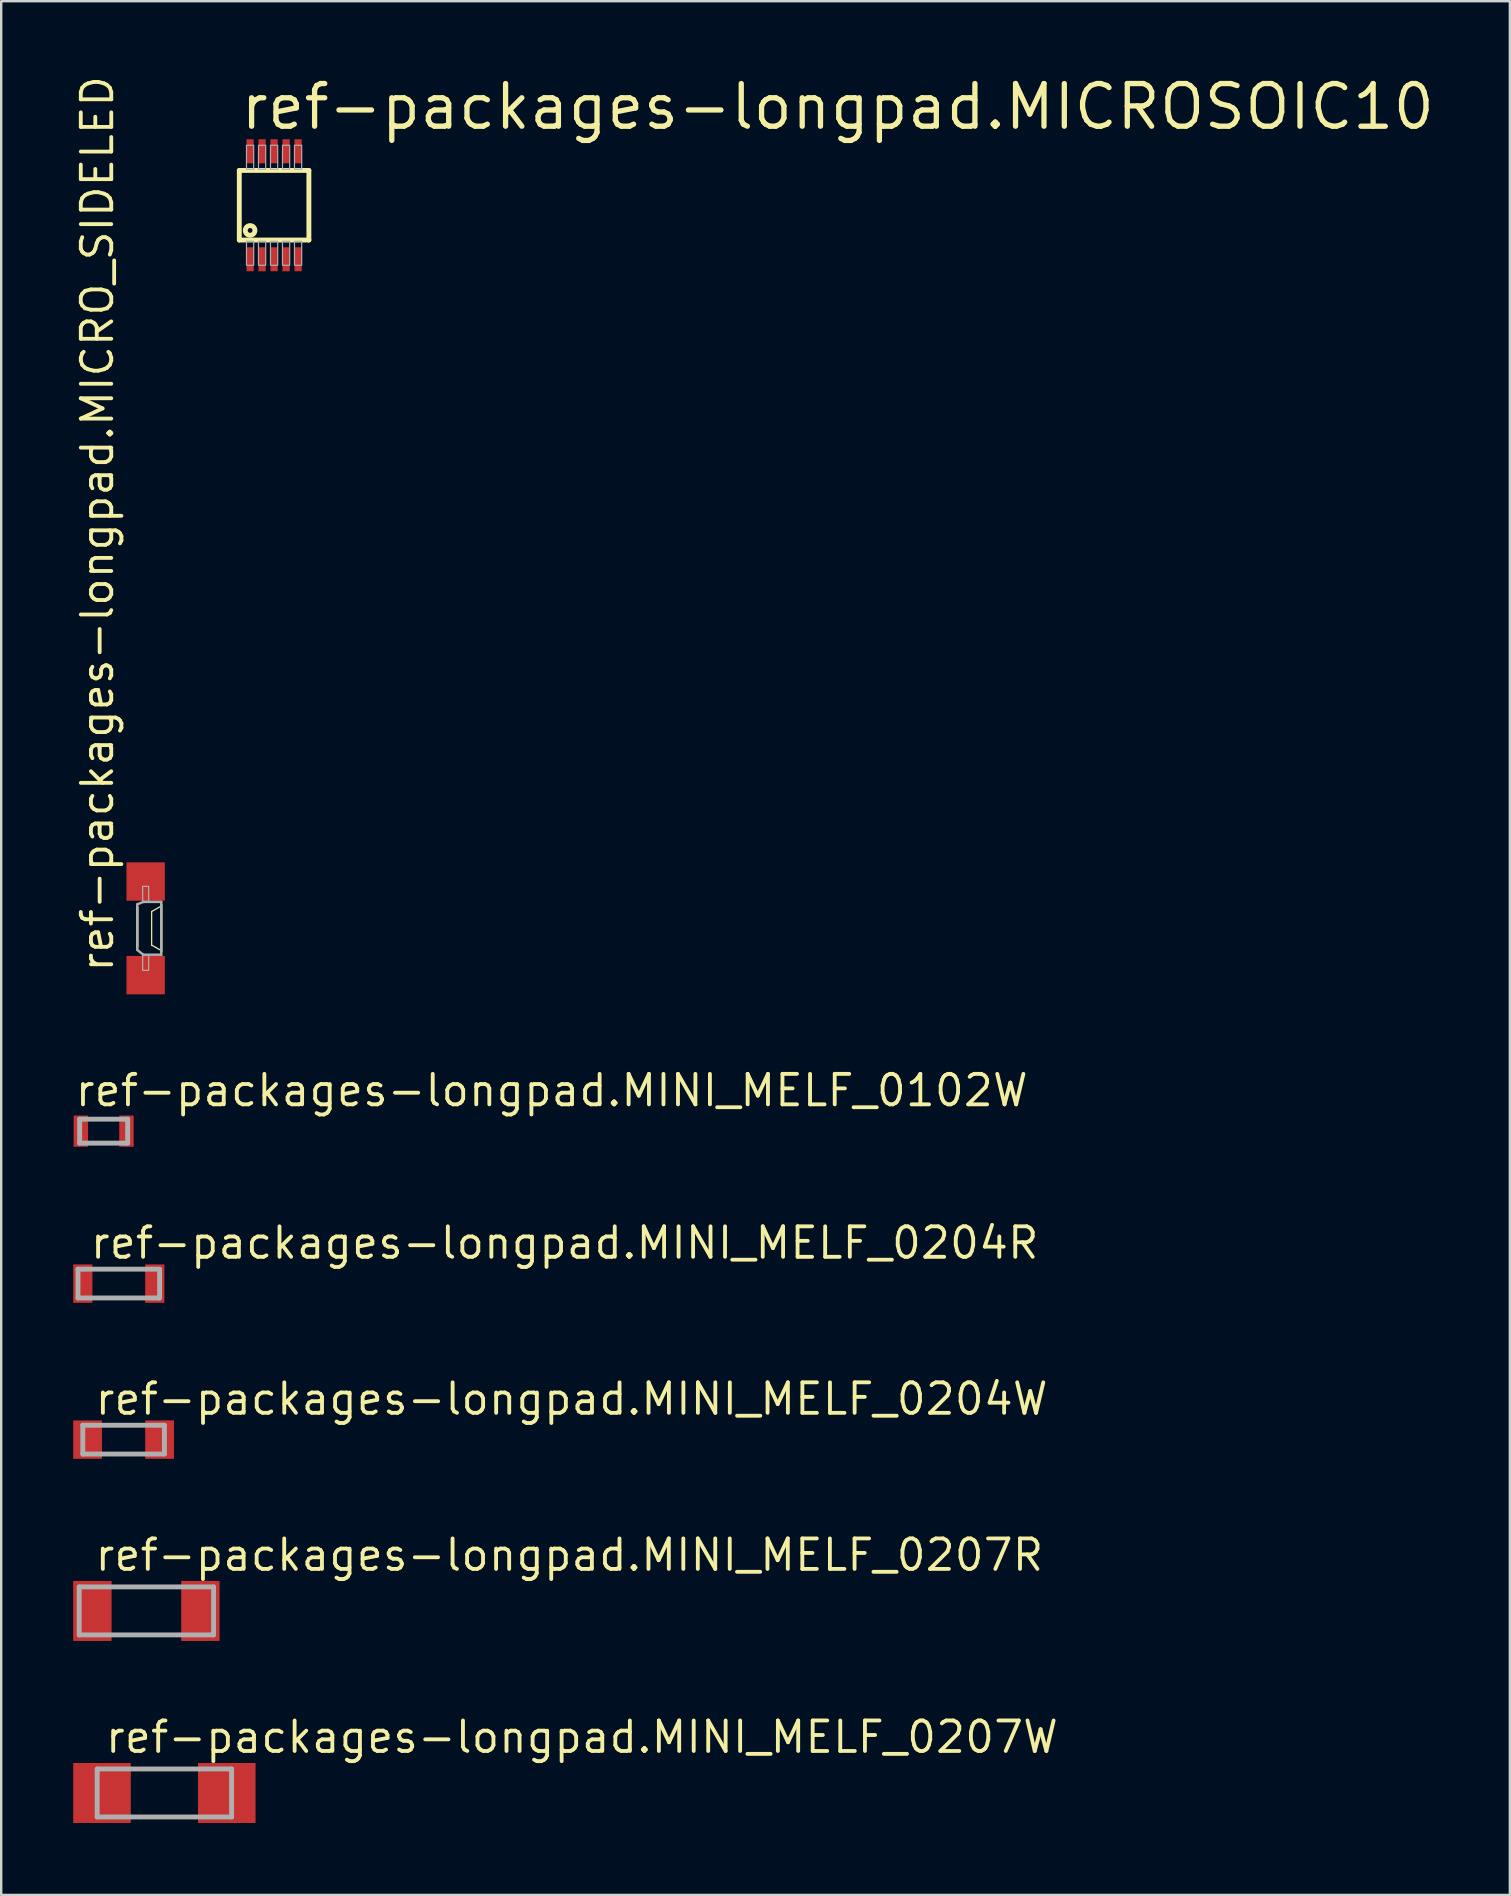
<source format=kicad_pcb>
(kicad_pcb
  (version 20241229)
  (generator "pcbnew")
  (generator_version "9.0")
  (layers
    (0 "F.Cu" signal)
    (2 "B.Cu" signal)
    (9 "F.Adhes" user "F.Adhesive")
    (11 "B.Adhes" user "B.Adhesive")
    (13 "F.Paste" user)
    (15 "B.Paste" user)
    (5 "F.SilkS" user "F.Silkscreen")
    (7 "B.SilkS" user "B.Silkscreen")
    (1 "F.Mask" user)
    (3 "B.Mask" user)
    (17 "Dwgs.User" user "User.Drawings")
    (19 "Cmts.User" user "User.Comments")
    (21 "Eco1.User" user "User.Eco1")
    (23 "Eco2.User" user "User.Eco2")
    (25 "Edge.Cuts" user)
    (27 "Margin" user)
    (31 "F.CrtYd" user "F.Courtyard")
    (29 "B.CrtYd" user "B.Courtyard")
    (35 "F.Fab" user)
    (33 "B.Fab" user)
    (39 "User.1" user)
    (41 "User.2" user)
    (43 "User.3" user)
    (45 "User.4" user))
  (footprint "ref-packages-longpad.MICRO_SIDELED"
    (layer "F.Cu")
    (at 3.02 35.635)
    (property "Reference" "ref-packages-longpad.MICRO_SIDELED" (at -1.27 1.905 90) (layer "F.SilkS") (effects (font (size 1.27 1.27) (thickness 0.16)) (justify left bottom)))
    (attr smd)
    (fp_rect (start -0.4 -1.1) (end 0.4 -1.8) (stroke (width 0.05) (type default)) (fill yes) (layer "F.Mask"))
    (fp_rect (start -0.4 1.8) (end 0.4 1.1) (stroke (width 0.05) (type default)) (fill yes) (layer "F.Mask"))
    (fp_line (start -0.35 -0.873) (end -0.35 0.773) (stroke (width 0.102) (type default)) (layer "F.SilkS"))
    (fp_line (start 0.25 -0.7) (end 0.25 0.7) (stroke (width 0.051) (type default)) (layer "F.SilkS"))
    (fp_line (start 0.25 0.7) (end 0.6 0.9) (stroke (width 0.051) (type default)) (layer "F.SilkS"))
    (fp_line (start 0.6 -0.9) (end 0.25 -0.7) (stroke (width 0.051) (type default)) (layer "F.SilkS"))
    (fp_line (start 0.65 0.973) (end 0.65 -0.973) (stroke (width 0.102) (type default)) (layer "F.SilkS"))
    (fp_rect (start -0.35 -1.15) (end 0.35 -1.75) (stroke (width 0.05) (type default)) (fill yes) (layer "F.Paste"))
    (fp_rect (start -0.35 1.75) (end 0.35 1.15) (stroke (width 0.05) (type default)) (fill yes) (layer "F.Paste"))
    (fp_line (start -0.35 -1) (end -0.35 0.9) (stroke (width 0.102) (type default)) (layer "F.Fab"))
    (fp_line (start -0.35 0.9) (end -0.1 1.1) (stroke (width 0.102) (type default)) (layer "F.Fab"))
    (fp_line (start -0.1 -1.1) (end -0.35 -1) (stroke (width 0.102) (type default)) (layer "F.Fab"))
    (fp_line (start -0.1 1.1) (end 0.65 1.1) (stroke (width 0.102) (type default)) (layer "F.Fab"))
    (fp_line (start 0.65 -1.1) (end -0.1 -1.1) (stroke (width 0.102) (type default)) (layer "F.Fab"))
    (fp_line (start 0.65 1.1) (end 0.65 -1.1) (stroke (width 0.102) (type default)) (layer "F.Fab"))
    (fp_rect (start -0.125 -1.125) (end 0.125 -1.75) (stroke (width 0.05) (type default)) (fill no) (layer "F.Fab"))
    (fp_rect (start -0.125 1.75) (end 0.125 1.125) (stroke (width 0.05) (type default)) (fill no) (layer "F.Fab"))
    (pad "A" smd roundrect (at 0 -1.95) (size 1.6 1.6) (layers "F.Cu" "F.Mask" "F.Paste") (roundrect_rratio 0.01))
    (pad "C" smd roundrect (at 0 1.95) (size 1.6 1.6) (layers "F.Cu" "F.Mask" "F.Paste") (roundrect_rratio 0.01)))
  (footprint "ref-packages-longpad.MINI_MELF_0102W"
    (layer "F.Cu")
    (at 1.27 44.087)
    (property "Reference" "ref-packages-longpad.MINI_MELF_0102W" (at -1.27 -0.953 0) (layer "F.SilkS") (effects (font (size 1.27 1.27) (thickness 0.16)) (justify left bottom)))
    (attr smd)
    (fp_line (start -1 -0.5) (end -1 0.5) (stroke (width 0.203) (type default)) (layer "F.Fab"))
    (fp_line (start -1 0.5) (end 1 0.5) (stroke (width 0.203) (type default)) (layer "F.Fab"))
    (fp_line (start 1 -0.5) (end -1 -0.5) (stroke (width 0.203) (type default)) (layer "F.Fab"))
    (fp_line (start 1 0.5) (end 1 -0.5) (stroke (width 0.203) (type default)) (layer "F.Fab"))
    (pad "1" smd roundrect (at -0.95 0) (size 0.6 1.3) (layers "F.Cu" "F.Mask" "F.Paste") (roundrect_rratio 0.01))
    (pad "2" smd roundrect (at 0.95 0) (size 0.6 1.3) (layers "F.Cu" "F.Mask" "F.Paste") (roundrect_rratio 0.01)))
  (footprint "ref-packages-longpad.MINI_MELF_0207R"
    (layer "F.Cu")
    (at 3.05 64.08)
    (property "Reference" "ref-packages-longpad.MINI_MELF_0207R" (at -2.223 -1.587 0) (layer "F.SilkS") (effects (font (size 1.27 1.27) (thickness 0.16)) (justify left bottom)))
    (attr smd)
    (fp_line (start -2.8 -1) (end -2.8 1) (stroke (width 0.203) (type default)) (layer "F.Fab"))
    (fp_line (start -2.8 1) (end 2.8 1) (stroke (width 0.203) (type default)) (layer "F.Fab"))
    (fp_line (start 2.8 -1) (end -2.8 -1) (stroke (width 0.203) (type default)) (layer "F.Fab"))
    (fp_line (start 2.8 1) (end 2.8 -1) (stroke (width 0.203) (type default)) (layer "F.Fab"))
    (pad "1" smd roundrect (at -2.25 0) (size 1.6 2.5) (layers "F.Cu" "F.Mask" "F.Paste") (roundrect_rratio 0.01))
    (pad "2" smd roundrect (at 2.25 0) (size 1.6 2.5) (layers "F.Cu" "F.Mask" "F.Paste") (roundrect_rratio 0.01)))
  (footprint "ref-packages-longpad.MINI_MELF_0204R"
    (layer "F.Cu")
    (at 1.9 50.44)
    (property "Reference" "ref-packages-longpad.MINI_MELF_0204R" (at -1.27 -0.953 0) (layer "F.SilkS") (effects (font (size 1.27 1.27) (thickness 0.16)) (justify left bottom)))
    (attr smd)
    (fp_line (start -1.7 -0.6) (end -1.7 0.6) (stroke (width 0.203) (type default)) (layer "F.Fab"))
    (fp_line (start -1.7 0.6) (end 1.7 0.6) (stroke (width 0.203) (type default)) (layer "F.Fab"))
    (fp_line (start 1.7 -0.6) (end -1.7 -0.6) (stroke (width 0.203) (type default)) (layer "F.Fab"))
    (fp_line (start 1.7 0.6) (end 1.7 -0.6) (stroke (width 0.203) (type default)) (layer "F.Fab"))
    (pad "1" smd roundrect (at -1.5 0) (size 0.8 1.6) (layers "F.Cu" "F.Mask" "F.Paste") (roundrect_rratio 0.01))
    (pad "2" smd roundrect (at 1.5 0) (size 0.8 1.6) (layers "F.Cu" "F.Mask" "F.Paste") (roundrect_rratio 0.01)))
  (footprint "ref-packages-longpad.MINI_MELF_0207W"
    (layer "F.Cu")
    (at 3.8 71.667)
    (property "Reference" "ref-packages-longpad.MINI_MELF_0207W" (at -2.54 -1.587 0) (layer "F.SilkS") (effects (font (size 1.27 1.27) (thickness 0.16)) (justify left bottom)))
    (attr smd)
    (fp_line (start -2.8 -1) (end -2.8 1) (stroke (width 0.203) (type default)) (layer "F.Fab"))
    (fp_line (start -2.8 1) (end 2.8 1) (stroke (width 0.203) (type default)) (layer "F.Fab"))
    (fp_line (start 2.8 -1) (end -2.8 -1) (stroke (width 0.203) (type default)) (layer "F.Fab"))
    (fp_line (start 2.8 1) (end 2.8 -1) (stroke (width 0.203) (type default)) (layer "F.Fab"))
    (pad "1" smd roundrect (at -2.6 0) (size 2.4 2.5) (layers "F.Cu" "F.Mask" "F.Paste") (roundrect_rratio 0.01))
    (pad "2" smd roundrect (at 2.6 0) (size 2.4 2.5) (layers "F.Cu" "F.Mask" "F.Paste") (roundrect_rratio 0.01)))
  (footprint "ref-packages-longpad.MICROSOIC10"
    (layer "F.Cu")
    (at 8.372 5.503)
    (property "Reference" "ref-packages-longpad.MICROSOIC10" (at -1.505 -3.065 0) (layer "F.SilkS") (effects (font (size 1.778 1.778) (thickness 0.22)) (justify left bottom)))
    (attr smd)
    (fp_line (start -1.45 -1.45) (end 1.45 -1.45) (stroke (width 0.203) (type default)) (layer "F.SilkS"))
    (fp_line (start -1.45 1.45) (end -1.45 -1.45) (stroke (width 0.203) (type default)) (layer "F.SilkS"))
    (fp_line (start 1.45 -1.45) (end 1.45 1.45) (stroke (width 0.203) (type default)) (layer "F.SilkS"))
    (fp_line (start 1.45 1.45) (end -1.45 1.45) (stroke (width 0.203) (type default)) (layer "F.SilkS"))
    (fp_circle (center -1 1.05) (end -0.9 1.05) (stroke (width 0.203) (type default)) (fill no) (layer "F.SilkS"))
    (fp_rect (start -1.15 -1.5) (end -0.85 -2.5) (stroke (width 0.05) (type default)) (fill no) (layer "F.Fab"))
    (fp_rect (start -1.15 2.5) (end -0.85 1.5) (stroke (width 0.05) (type default)) (fill no) (layer "F.Fab"))
    (fp_rect (start -0.65 -1.5) (end -0.35 -2.5) (stroke (width 0.05) (type default)) (fill no) (layer "F.Fab"))
    (fp_rect (start -0.65 2.5) (end -0.35 1.5) (stroke (width 0.05) (type default)) (fill no) (layer "F.Fab"))
    (fp_rect (start -0.15 -1.5) (end 0.15 -2.5) (stroke (width 0.05) (type default)) (fill no) (layer "F.Fab"))
    (fp_rect (start -0.15 2.5) (end 0.15 1.5) (stroke (width 0.05) (type default)) (fill no) (layer "F.Fab"))
    (fp_rect (start 0.35 -1.5) (end 0.65 -2.5) (stroke (width 0.05) (type default)) (fill no) (layer "F.Fab"))
    (fp_rect (start 0.35 2.5) (end 0.65 1.5) (stroke (width 0.05) (type default)) (fill no) (layer "F.Fab"))
    (fp_rect (start 0.85 -1.5) (end 1.15 -2.5) (stroke (width 0.05) (type default)) (fill no) (layer "F.Fab"))
    (fp_rect (start 0.85 2.5) (end 1.15 1.5) (stroke (width 0.05) (type default)) (fill no) (layer "F.Fab"))
    (pad "1" smd roundrect (at -1 2.25) (size 0.3 1) (layers "F.Cu" "F.Mask" "F.Paste") (roundrect_rratio 0.01))
    (pad "2" smd roundrect (at -0.5 2.25) (size 0.3 1) (layers "F.Cu" "F.Mask" "F.Paste") (roundrect_rratio 0.01))
    (pad "3" smd roundrect (at 0 2.25) (size 0.3 1) (layers "F.Cu" "F.Mask" "F.Paste") (roundrect_rratio 0.01))
    (pad "4" smd roundrect (at 0.5 2.25) (size 0.3 1) (layers "F.Cu" "F.Mask" "F.Paste") (roundrect_rratio 0.01))
    (pad "5" smd roundrect (at 1 2.25) (size 0.3 1) (layers "F.Cu" "F.Mask" "F.Paste") (roundrect_rratio 0.01))
    (pad "6" smd roundrect (at 1 -2.25) (size 0.3 1) (layers "F.Cu" "F.Mask" "F.Paste") (roundrect_rratio 0.01))
    (pad "7" smd roundrect (at 0.5 -2.25) (size 0.3 1) (layers "F.Cu" "F.Mask" "F.Paste") (roundrect_rratio 0.01))
    (pad "8" smd roundrect (at 0 -2.25) (size 0.3 1) (layers "F.Cu" "F.Mask" "F.Paste") (roundrect_rratio 0.01))
    (pad "9" smd roundrect (at -0.5 -2.25) (size 0.3 1) (layers "F.Cu" "F.Mask" "F.Paste") (roundrect_rratio 0.01))
    (pad "10" smd roundrect (at -1 -2.25) (size 0.3 1) (layers "F.Cu" "F.Mask" "F.Paste") (roundrect_rratio 0.01)))
  (footprint "ref-packages-longpad.MINI_MELF_0204W"
    (layer "F.Cu")
    (at 2.1 56.942)
    (property "Reference" "ref-packages-longpad.MINI_MELF_0204W" (at -1.27 -0.953 0) (layer "F.SilkS") (effects (font (size 1.27 1.27) (thickness 0.16)) (justify left bottom)))
    (attr smd)
    (fp_line (start -1.7 -0.6) (end -1.7 0.6) (stroke (width 0.203) (type default)) (layer "F.Fab"))
    (fp_line (start -1.7 0.6) (end 1.7 0.6) (stroke (width 0.203) (type default)) (layer "F.Fab"))
    (fp_line (start 1.7 -0.6) (end -1.7 -0.6) (stroke (width 0.203) (type default)) (layer "F.Fab"))
    (fp_line (start 1.7 0.6) (end 1.7 -0.6) (stroke (width 0.203) (type default)) (layer "F.Fab"))
    (pad "1" smd roundrect (at -1.5 0) (size 1.2 1.6) (layers "F.Cu" "F.Mask" "F.Paste") (roundrect_rratio 0.01))
    (pad "2" smd roundrect (at 1.5 0) (size 1.2 1.6) (layers "F.Cu" "F.Mask" "F.Paste") (roundrect_rratio 0.01)))
  (gr_rect
    (start -3 -3)
    (end 59.87 75.917)
    (stroke (width 0.1) (type default))
    (fill no)
    (layer "Edge.Cuts")))
</source>
